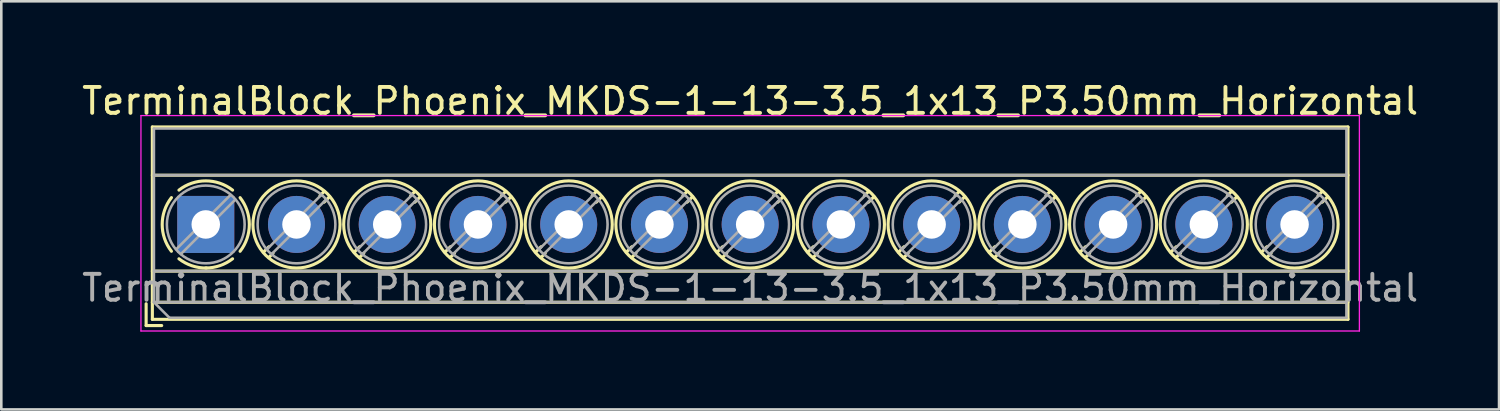
<source format=kicad_pcb>
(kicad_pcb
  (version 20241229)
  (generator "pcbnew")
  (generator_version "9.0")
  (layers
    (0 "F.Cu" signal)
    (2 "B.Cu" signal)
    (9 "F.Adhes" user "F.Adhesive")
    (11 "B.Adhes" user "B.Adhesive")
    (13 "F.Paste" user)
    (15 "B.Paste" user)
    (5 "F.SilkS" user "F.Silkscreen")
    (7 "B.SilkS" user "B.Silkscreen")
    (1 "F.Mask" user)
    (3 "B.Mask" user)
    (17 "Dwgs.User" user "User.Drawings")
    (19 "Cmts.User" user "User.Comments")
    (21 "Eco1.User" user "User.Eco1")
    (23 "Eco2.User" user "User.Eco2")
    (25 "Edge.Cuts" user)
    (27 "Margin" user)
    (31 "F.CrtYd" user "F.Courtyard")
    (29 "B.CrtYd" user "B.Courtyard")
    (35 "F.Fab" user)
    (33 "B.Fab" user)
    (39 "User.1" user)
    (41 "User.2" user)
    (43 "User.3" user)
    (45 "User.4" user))
  (footprint "TerminalBlock_Phoenix_MKDS-1-13-3.5_1x13_P3.50mm_Horizontal"
    (layer "F.Cu")
    (at 4.887 5.608)
    (property "Reference" "TerminalBlock_Phoenix_MKDS-1-13-3.5_1x13_P3.50mm_Horizontal" (at 21 -4.76 0) (layer "F.SilkS") (effects (font (size 1 1) (thickness 0.15))))
    (attr through_hole)
    (fp_line (start -2.3 3.06) (end -2.3 3.9) (stroke (width 0.12) (type solid)) (layer "F.SilkS"))
    (fp_line (start -2.3 3.9) (end -1.7 3.9) (stroke (width 0.12) (type solid)) (layer "F.SilkS"))
    (fp_line (start -2.06 -3.76) (end -2.06 3.66) (stroke (width 0.12) (type solid)) (layer "F.SilkS"))
    (fp_line (start -2.06 -3.76) (end 44.06 -3.76) (stroke (width 0.12) (type solid)) (layer "F.SilkS"))
    (fp_line (start -2.06 -1.9) (end 44.06 -1.9) (stroke (width 0.12) (type solid)) (layer "F.SilkS"))
    (fp_line (start -2.06 1.8) (end 44.06 1.8) (stroke (width 0.12) (type solid)) (layer "F.SilkS"))
    (fp_line (start -2.06 3) (end 44.06 3) (stroke (width 0.12) (type solid)) (layer "F.SilkS"))
    (fp_line (start -2.06 3.66) (end 44.06 3.66) (stroke (width 0.12) (type solid)) (layer "F.SilkS"))
    (fp_line (start 2.437 0.859) (end 2.226 1.069) (stroke (width 0.12) (type solid)) (layer "F.SilkS"))
    (fp_line (start 2.595 1.11) (end 2.431 1.274) (stroke (width 0.12) (type solid)) (layer "F.SilkS"))
    (fp_line (start 4.57 -1.275) (end 4.406 -1.111) (stroke (width 0.12) (type solid)) (layer "F.SilkS"))
    (fp_line (start 4.775 -1.069) (end 4.564 -0.859) (stroke (width 0.12) (type solid)) (layer "F.SilkS"))
    (fp_line (start 5.937 0.859) (end 5.726 1.069) (stroke (width 0.12) (type solid)) (layer "F.SilkS"))
    (fp_line (start 6.095 1.11) (end 5.931 1.274) (stroke (width 0.12) (type solid)) (layer "F.SilkS"))
    (fp_line (start 8.07 -1.275) (end 7.906 -1.111) (stroke (width 0.12) (type solid)) (layer "F.SilkS"))
    (fp_line (start 8.275 -1.069) (end 8.064 -0.859) (stroke (width 0.12) (type solid)) (layer "F.SilkS"))
    (fp_line (start 9.437 0.859) (end 9.226 1.069) (stroke (width 0.12) (type solid)) (layer "F.SilkS"))
    (fp_line (start 9.595 1.11) (end 9.431 1.274) (stroke (width 0.12) (type solid)) (layer "F.SilkS"))
    (fp_line (start 11.57 -1.275) (end 11.406 -1.111) (stroke (width 0.12) (type solid)) (layer "F.SilkS"))
    (fp_line (start 11.775 -1.069) (end 11.564 -0.859) (stroke (width 0.12) (type solid)) (layer "F.SilkS"))
    (fp_line (start 12.937 0.859) (end 12.726 1.069) (stroke (width 0.12) (type solid)) (layer "F.SilkS"))
    (fp_line (start 13.095 1.11) (end 12.931 1.274) (stroke (width 0.12) (type solid)) (layer "F.SilkS"))
    (fp_line (start 15.07 -1.275) (end 14.906 -1.111) (stroke (width 0.12) (type solid)) (layer "F.SilkS"))
    (fp_line (start 15.275 -1.069) (end 15.064 -0.859) (stroke (width 0.12) (type solid)) (layer "F.SilkS"))
    (fp_line (start 16.437 0.859) (end 16.226 1.069) (stroke (width 0.12) (type solid)) (layer "F.SilkS"))
    (fp_line (start 16.595 1.11) (end 16.431 1.274) (stroke (width 0.12) (type solid)) (layer "F.SilkS"))
    (fp_line (start 18.57 -1.275) (end 18.406 -1.111) (stroke (width 0.12) (type solid)) (layer "F.SilkS"))
    (fp_line (start 18.775 -1.069) (end 18.564 -0.859) (stroke (width 0.12) (type solid)) (layer "F.SilkS"))
    (fp_line (start 19.937 0.859) (end 19.726 1.069) (stroke (width 0.12) (type solid)) (layer "F.SilkS"))
    (fp_line (start 20.095 1.11) (end 19.931 1.274) (stroke (width 0.12) (type solid)) (layer "F.SilkS"))
    (fp_line (start 22.07 -1.275) (end 21.906 -1.111) (stroke (width 0.12) (type solid)) (layer "F.SilkS"))
    (fp_line (start 22.275 -1.069) (end 22.064 -0.859) (stroke (width 0.12) (type solid)) (layer "F.SilkS"))
    (fp_line (start 23.437 0.859) (end 23.226 1.069) (stroke (width 0.12) (type solid)) (layer "F.SilkS"))
    (fp_line (start 23.595 1.11) (end 23.431 1.274) (stroke (width 0.12) (type solid)) (layer "F.SilkS"))
    (fp_line (start 25.57 -1.275) (end 25.406 -1.111) (stroke (width 0.12) (type solid)) (layer "F.SilkS"))
    (fp_line (start 25.775 -1.069) (end 25.564 -0.859) (stroke (width 0.12) (type solid)) (layer "F.SilkS"))
    (fp_line (start 26.937 0.859) (end 26.726 1.069) (stroke (width 0.12) (type solid)) (layer "F.SilkS"))
    (fp_line (start 27.095 1.11) (end 26.931 1.274) (stroke (width 0.12) (type solid)) (layer "F.SilkS"))
    (fp_line (start 29.07 -1.275) (end 28.906 -1.111) (stroke (width 0.12) (type solid)) (layer "F.SilkS"))
    (fp_line (start 29.275 -1.069) (end 29.064 -0.859) (stroke (width 0.12) (type solid)) (layer "F.SilkS"))
    (fp_line (start 30.437 0.859) (end 30.226 1.069) (stroke (width 0.12) (type solid)) (layer "F.SilkS"))
    (fp_line (start 30.595 1.11) (end 30.431 1.274) (stroke (width 0.12) (type solid)) (layer "F.SilkS"))
    (fp_line (start 32.57 -1.275) (end 32.406 -1.111) (stroke (width 0.12) (type solid)) (layer "F.SilkS"))
    (fp_line (start 32.775 -1.069) (end 32.564 -0.859) (stroke (width 0.12) (type solid)) (layer "F.SilkS"))
    (fp_line (start 33.937 0.859) (end 33.726 1.069) (stroke (width 0.12) (type solid)) (layer "F.SilkS"))
    (fp_line (start 34.095 1.11) (end 33.931 1.274) (stroke (width 0.12) (type solid)) (layer "F.SilkS"))
    (fp_line (start 36.07 -1.275) (end 35.906 -1.111) (stroke (width 0.12) (type solid)) (layer "F.SilkS"))
    (fp_line (start 36.275 -1.069) (end 36.064 -0.859) (stroke (width 0.12) (type solid)) (layer "F.SilkS"))
    (fp_line (start 37.437 0.859) (end 37.226 1.069) (stroke (width 0.12) (type solid)) (layer "F.SilkS"))
    (fp_line (start 37.595 1.11) (end 37.431 1.274) (stroke (width 0.12) (type solid)) (layer "F.SilkS"))
    (fp_line (start 39.57 -1.275) (end 39.406 -1.111) (stroke (width 0.12) (type solid)) (layer "F.SilkS"))
    (fp_line (start 39.775 -1.069) (end 39.564 -0.859) (stroke (width 0.12) (type solid)) (layer "F.SilkS"))
    (fp_line (start 40.937 0.859) (end 40.726 1.069) (stroke (width 0.12) (type solid)) (layer "F.SilkS"))
    (fp_line (start 41.095 1.11) (end 40.931 1.274) (stroke (width 0.12) (type solid)) (layer "F.SilkS"))
    (fp_line (start 43.07 -1.275) (end 42.906 -1.111) (stroke (width 0.12) (type solid)) (layer "F.SilkS"))
    (fp_line (start 43.275 -1.069) (end 43.064 -0.859) (stroke (width 0.12) (type solid)) (layer "F.SilkS"))
    (fp_line (start 44.06 -3.76) (end 44.06 3.66) (stroke (width 0.12) (type solid)) (layer "F.SilkS"))
    (fp_arc (start -1.324561 1.034282) (mid -1.680536 -0.000456) (end -1.324 -1.035) (stroke (width 0.12) (type solid)) (layer "F.SilkS"))
    (fp_arc (start -1.034282 -1.324561) (mid 0.000456 -1.680536) (end 1.035 -1.324) (stroke (width 0.12) (type solid)) (layer "F.SilkS"))
    (fp_arc (start 0.028874 1.680288) (mid -0.533674 1.593548) (end -1.035 1.324) (stroke (width 0.12) (type solid)) (layer "F.SilkS"))
    (fp_arc (start 1.034311 1.323858) (mid 0.546954 1.588471) (end 0 1.68) (stroke (width 0.12) (type solid)) (layer "F.SilkS"))
    (fp_arc (start 1.324561 -1.034282) (mid 1.680536 0.000456) (end 1.324 1.035) (stroke (width 0.12) (type solid)) (layer "F.SilkS"))
    (fp_circle (center 3.5 0) (end 5.18 0) (stroke (width 0.12) (type solid)) (fill no) (layer "F.SilkS"))
    (fp_circle (center 7 0) (end 8.68 0) (stroke (width 0.12) (type solid)) (fill no) (layer "F.SilkS"))
    (fp_circle (center 10.5 0) (end 12.18 0) (stroke (width 0.12) (type solid)) (fill no) (layer "F.SilkS"))
    (fp_circle (center 14 0) (end 15.68 0) (stroke (width 0.12) (type solid)) (fill no) (layer "F.SilkS"))
    (fp_circle (center 17.5 0) (end 19.18 0) (stroke (width 0.12) (type solid)) (fill no) (layer "F.SilkS"))
    (fp_circle (center 21 0) (end 22.68 0) (stroke (width 0.12) (type solid)) (fill no) (layer "F.SilkS"))
    (fp_circle (center 24.5 0) (end 26.18 0) (stroke (width 0.12) (type solid)) (fill no) (layer "F.SilkS"))
    (fp_circle (center 28 0) (end 29.68 0) (stroke (width 0.12) (type solid)) (fill no) (layer "F.SilkS"))
    (fp_circle (center 31.5 0) (end 33.18 0) (stroke (width 0.12) (type solid)) (fill no) (layer "F.SilkS"))
    (fp_circle (center 35 0) (end 36.68 0) (stroke (width 0.12) (type solid)) (fill no) (layer "F.SilkS"))
    (fp_circle (center 38.5 0) (end 40.18 0) (stroke (width 0.12) (type solid)) (fill no) (layer "F.SilkS"))
    (fp_circle (center 42 0) (end 43.68 0) (stroke (width 0.12) (type solid)) (fill no) (layer "F.SilkS"))
    (fp_line (start -2.5 -4.2) (end -2.5 4.11) (stroke (width 0.05) (type solid)) (layer "F.CrtYd"))
    (fp_line (start -2.5 4.11) (end 44.5 4.11) (stroke (width 0.05) (type solid)) (layer "F.CrtYd"))
    (fp_line (start 44.5 -4.2) (end -2.5 -4.2) (stroke (width 0.05) (type solid)) (layer "F.CrtYd"))
    (fp_line (start 44.5 4.11) (end 44.5 -4.2) (stroke (width 0.05) (type solid)) (layer "F.CrtYd"))
    (fp_line (start -2 -3.7) (end 44 -3.7) (stroke (width 0.1) (type solid)) (layer "F.Fab"))
    (fp_line (start -2 -1.9) (end 44 -1.9) (stroke (width 0.1) (type solid)) (layer "F.Fab"))
    (fp_line (start -2 1.8) (end 44 1.8) (stroke (width 0.1) (type solid)) (layer "F.Fab"))
    (fp_line (start -2 3) (end -2 -3.7) (stroke (width 0.1) (type solid)) (layer "F.Fab"))
    (fp_line (start -2 3) (end 44 3) (stroke (width 0.1) (type solid)) (layer "F.Fab"))
    (fp_line (start -1.4 3.6) (end -2 3) (stroke (width 0.1) (type solid)) (layer "F.Fab"))
    (fp_line (start 0.955 -1.138) (end -1.138 0.955) (stroke (width 0.1) (type solid)) (layer "F.Fab"))
    (fp_line (start 1.138 -0.955) (end -0.955 1.138) (stroke (width 0.1) (type solid)) (layer "F.Fab"))
    (fp_line (start 4.455 -1.138) (end 2.363 0.955) (stroke (width 0.1) (type solid)) (layer "F.Fab"))
    (fp_line (start 4.638 -0.955) (end 2.546 1.138) (stroke (width 0.1) (type solid)) (layer "F.Fab"))
    (fp_line (start 7.955 -1.138) (end 5.863 0.955) (stroke (width 0.1) (type solid)) (layer "F.Fab"))
    (fp_line (start 8.138 -0.955) (end 6.046 1.138) (stroke (width 0.1) (type solid)) (layer "F.Fab"))
    (fp_line (start 11.455 -1.138) (end 9.363 0.955) (stroke (width 0.1) (type solid)) (layer "F.Fab"))
    (fp_line (start 11.638 -0.955) (end 9.546 1.138) (stroke (width 0.1) (type solid)) (layer "F.Fab"))
    (fp_line (start 14.955 -1.138) (end 12.863 0.955) (stroke (width 0.1) (type solid)) (layer "F.Fab"))
    (fp_line (start 15.138 -0.955) (end 13.046 1.138) (stroke (width 0.1) (type solid)) (layer "F.Fab"))
    (fp_line (start 18.455 -1.138) (end 16.363 0.955) (stroke (width 0.1) (type solid)) (layer "F.Fab"))
    (fp_line (start 18.638 -0.955) (end 16.546 1.138) (stroke (width 0.1) (type solid)) (layer "F.Fab"))
    (fp_line (start 21.955 -1.138) (end 19.863 0.955) (stroke (width 0.1) (type solid)) (layer "F.Fab"))
    (fp_line (start 22.138 -0.955) (end 20.046 1.138) (stroke (width 0.1) (type solid)) (layer "F.Fab"))
    (fp_line (start 25.455 -1.138) (end 23.363 0.955) (stroke (width 0.1) (type solid)) (layer "F.Fab"))
    (fp_line (start 25.638 -0.955) (end 23.546 1.138) (stroke (width 0.1) (type solid)) (layer "F.Fab"))
    (fp_line (start 28.955 -1.138) (end 26.863 0.955) (stroke (width 0.1) (type solid)) (layer "F.Fab"))
    (fp_line (start 29.138 -0.955) (end 27.046 1.138) (stroke (width 0.1) (type solid)) (layer "F.Fab"))
    (fp_line (start 32.455 -1.138) (end 30.363 0.955) (stroke (width 0.1) (type solid)) (layer "F.Fab"))
    (fp_line (start 32.638 -0.955) (end 30.546 1.138) (stroke (width 0.1) (type solid)) (layer "F.Fab"))
    (fp_line (start 35.955 -1.138) (end 33.863 0.955) (stroke (width 0.1) (type solid)) (layer "F.Fab"))
    (fp_line (start 36.138 -0.955) (end 34.046 1.138) (stroke (width 0.1) (type solid)) (layer "F.Fab"))
    (fp_line (start 39.455 -1.138) (end 37.363 0.955) (stroke (width 0.1) (type solid)) (layer "F.Fab"))
    (fp_line (start 39.638 -0.955) (end 37.546 1.138) (stroke (width 0.1) (type solid)) (layer "F.Fab"))
    (fp_line (start 42.955 -1.138) (end 40.863 0.955) (stroke (width 0.1) (type solid)) (layer "F.Fab"))
    (fp_line (start 43.138 -0.955) (end 41.046 1.138) (stroke (width 0.1) (type solid)) (layer "F.Fab"))
    (fp_line (start 44 -3.7) (end 44 3.6) (stroke (width 0.1) (type solid)) (layer "F.Fab"))
    (fp_line (start 44 3.6) (end -1.4 3.6) (stroke (width 0.1) (type solid)) (layer "F.Fab"))
    (fp_circle (center 0 0) (end 1.5 0) (stroke (width 0.1) (type solid)) (fill no) (layer "F.Fab"))
    (fp_circle (center 3.5 0) (end 5 0) (stroke (width 0.1) (type solid)) (fill no) (layer "F.Fab"))
    (fp_circle (center 7 0) (end 8.5 0) (stroke (width 0.1) (type solid)) (fill no) (layer "F.Fab"))
    (fp_circle (center 10.5 0) (end 12 0) (stroke (width 0.1) (type solid)) (fill no) (layer "F.Fab"))
    (fp_circle (center 14 0) (end 15.5 0) (stroke (width 0.1) (type solid)) (fill no) (layer "F.Fab"))
    (fp_circle (center 17.5 0) (end 19 0) (stroke (width 0.1) (type solid)) (fill no) (layer "F.Fab"))
    (fp_circle (center 21 0) (end 22.5 0) (stroke (width 0.1) (type solid)) (fill no) (layer "F.Fab"))
    (fp_circle (center 24.5 0) (end 26 0) (stroke (width 0.1) (type solid)) (fill no) (layer "F.Fab"))
    (fp_circle (center 28 0) (end 29.5 0) (stroke (width 0.1) (type solid)) (fill no) (layer "F.Fab"))
    (fp_circle (center 31.5 0) (end 33 0) (stroke (width 0.1) (type solid)) (fill no) (layer "F.Fab"))
    (fp_circle (center 35 0) (end 36.5 0) (stroke (width 0.1) (type solid)) (fill no) (layer "F.Fab"))
    (fp_circle (center 38.5 0) (end 40 0) (stroke (width 0.1) (type solid)) (fill no) (layer "F.Fab"))
    (fp_circle (center 42 0) (end 43.5 0) (stroke (width 0.1) (type solid)) (fill no) (layer "F.Fab"))
    (fp_text user "${REFERENCE}" (at 21 2.45 0) (layer "F.Fab") (effects (font (size 1 1) (thickness 0.15))))
    (pad "1" thru_hole rect (at 0 0) (size 2.2 2.2) (drill 1.1) (layers "*.Cu" "*.Mask"))
    (pad "2" thru_hole circle (at 3.5 0) (size 2.2 2.2) (drill 1.1) (layers "*.Cu" "*.Mask"))
    (pad "3" thru_hole circle (at 7 0) (size 2.2 2.2) (drill 1.1) (layers "*.Cu" "*.Mask"))
    (pad "4" thru_hole circle (at 10.5 0) (size 2.2 2.2) (drill 1.1) (layers "*.Cu" "*.Mask"))
    (pad "5" thru_hole circle (at 14 0) (size 2.2 2.2) (drill 1.1) (layers "*.Cu" "*.Mask"))
    (pad "6" thru_hole circle (at 17.5 0) (size 2.2 2.2) (drill 1.1) (layers "*.Cu" "*.Mask"))
    (pad "7" thru_hole circle (at 21 0) (size 2.2 2.2) (drill 1.1) (layers "*.Cu" "*.Mask"))
    (pad "8" thru_hole circle (at 24.5 0) (size 2.2 2.2) (drill 1.1) (layers "*.Cu" "*.Mask"))
    (pad "9" thru_hole circle (at 28 0) (size 2.2 2.2) (drill 1.1) (layers "*.Cu" "*.Mask"))
    (pad "10" thru_hole circle (at 31.5 0) (size 2.2 2.2) (drill 1.1) (layers "*.Cu" "*.Mask"))
    (pad "11" thru_hole circle (at 35 0) (size 2.2 2.2) (drill 1.1) (layers "*.Cu" "*.Mask"))
    (pad "12" thru_hole circle (at 38.5 0) (size 2.2 2.2) (drill 1.1) (layers "*.Cu" "*.Mask"))
    (pad "13" thru_hole circle (at 42 0) (size 2.2 2.2) (drill 1.1) (layers "*.Cu" "*.Mask")))
  (gr_rect
    (start -3 -3)
    (end 54.774 12.743)
    (stroke (width 0.1) (type default))
    (fill no)
    (layer "Edge.Cuts")))
</source>
